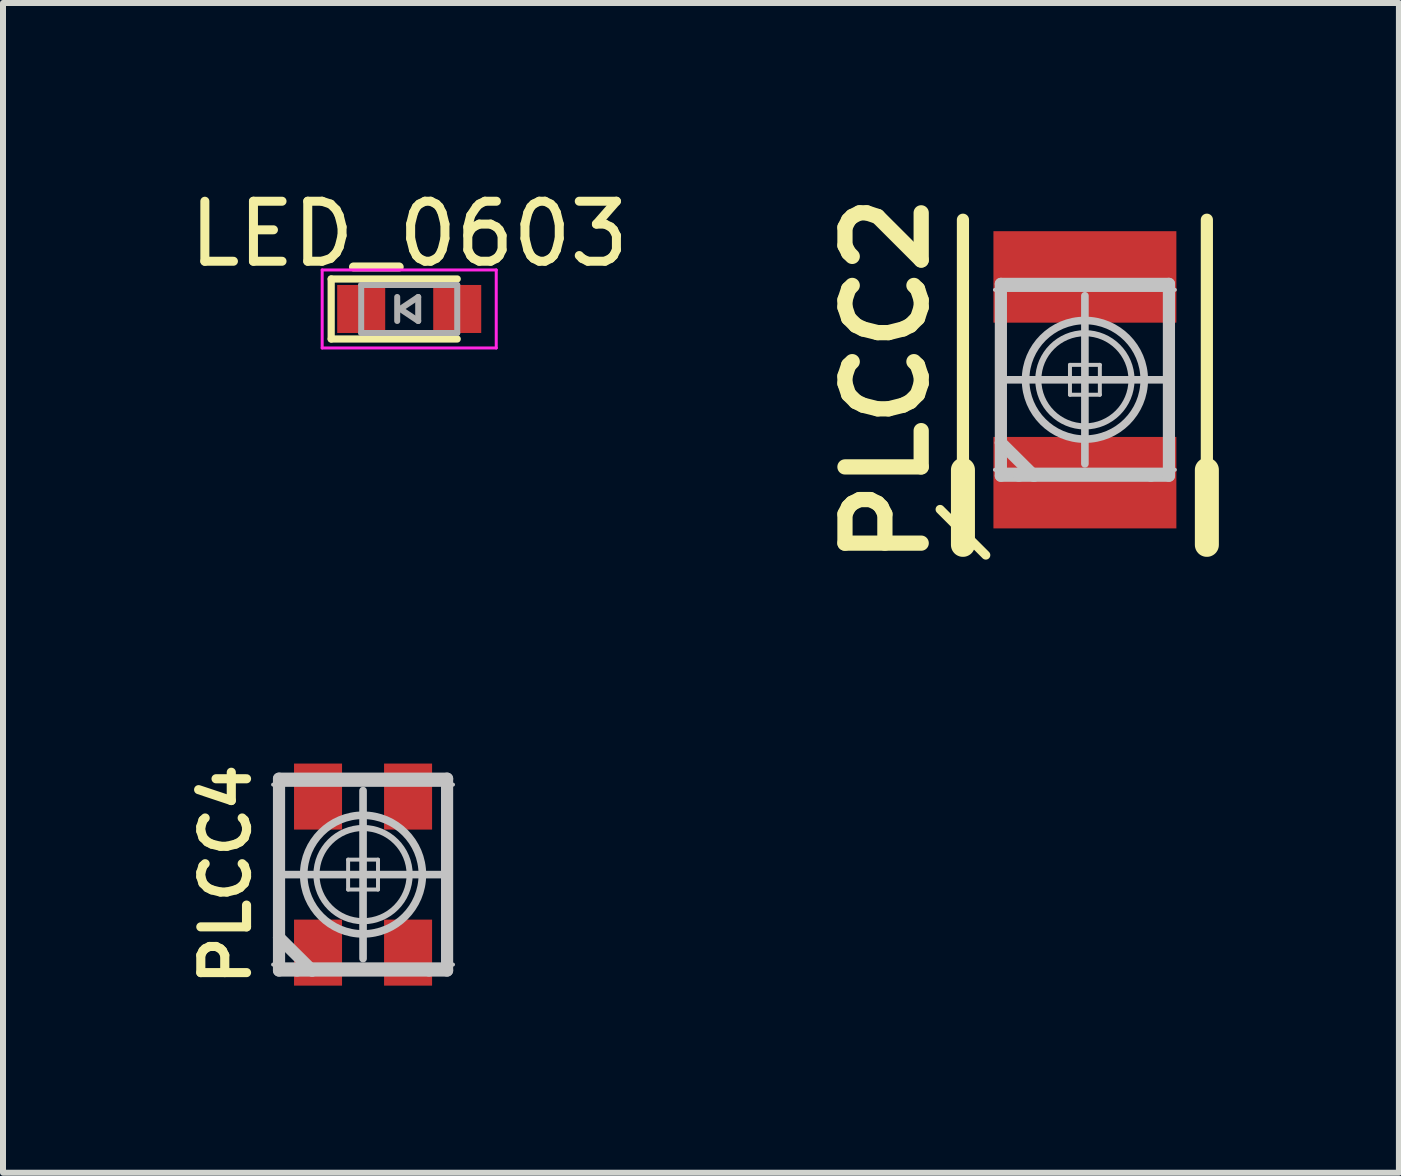
<source format=kicad_pcb>
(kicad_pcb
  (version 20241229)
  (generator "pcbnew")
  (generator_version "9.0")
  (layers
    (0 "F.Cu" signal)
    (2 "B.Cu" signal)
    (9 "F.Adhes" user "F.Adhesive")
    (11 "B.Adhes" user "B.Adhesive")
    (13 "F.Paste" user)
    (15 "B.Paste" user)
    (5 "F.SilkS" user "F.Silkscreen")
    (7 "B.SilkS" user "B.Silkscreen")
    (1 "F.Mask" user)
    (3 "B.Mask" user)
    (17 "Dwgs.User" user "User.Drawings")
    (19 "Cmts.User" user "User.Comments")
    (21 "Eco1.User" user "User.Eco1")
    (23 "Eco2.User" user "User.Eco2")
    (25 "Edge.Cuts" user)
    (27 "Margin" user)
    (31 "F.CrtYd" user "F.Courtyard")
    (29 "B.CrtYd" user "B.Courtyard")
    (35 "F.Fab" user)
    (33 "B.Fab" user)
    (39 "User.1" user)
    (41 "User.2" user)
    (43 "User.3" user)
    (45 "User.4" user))
  (footprint "PLCC2"
    (layer "F.Cu")
    (at 15.026 3.278)
    (property "Reference" "PLCC2" (at -3.302 0 90) (layer "F.SilkS") (effects (font (size 1.27 1.27) (thickness 0.254))))
    (attr smd)
    (fp_line (start -2.413 2.159) (end -1.651 2.921) (stroke (width 0.15) (type solid)) (layer "F.SilkS"))
    (fp_line (start -2.032 -2.667) (end -2.032 2.413) (stroke (width 0.203) (type solid)) (layer "F.SilkS"))
    (fp_line (start -2.032 1.5) (end -2.032 2.75) (stroke (width 0.4) (type solid)) (layer "F.SilkS"))
    (fp_line (start 2.032 -2.667) (end 2.032 2.413) (stroke (width 0.203) (type solid)) (layer "F.SilkS"))
    (fp_line (start 2.032 2.75) (end 2.032 1.5) (stroke (width 0.4) (type solid)) (layer "F.SilkS"))
    (fp_line (start -1.499 -1.499) (end 1.499 -1.499) (stroke (width 0.066) (type solid)) (layer "Dwgs.User"))
    (fp_line (start -1.499 1.499) (end 1.499 1.499) (stroke (width 0.066) (type solid)) (layer "Dwgs.User"))
    (fp_line (start -1.4 -1.598) (end -1.4 1.049) (stroke (width 0.203) (type solid)) (layer "Dwgs.User"))
    (fp_line (start -1.4 0) (end 1.4 0) (stroke (width 0.127) (type solid)) (layer "Dwgs.User"))
    (fp_line (start -1.4 1.049) (end -1.4 1.598) (stroke (width 0.203) (type solid)) (layer "Dwgs.User"))
    (fp_line (start -1.4 1.598) (end -1.1 1.598) (stroke (width 0.203) (type solid)) (layer "Dwgs.User"))
    (fp_line (start -1.298 -1.499) (end 1.298 -1.499) (stroke (width 0.066) (type solid)) (layer "Dwgs.User"))
    (fp_line (start -1.298 1.499) (end 1.298 1.499) (stroke (width 0.066) (type solid)) (layer "Dwgs.User"))
    (fp_line (start -1.1 1.598) (end -0.848 1.598) (stroke (width 0.203) (type solid)) (layer "Dwgs.User"))
    (fp_line (start -0.848 1.598) (end -1.4 1.049) (stroke (width 0.203) (type solid)) (layer "Dwgs.User"))
    (fp_line (start -0.848 1.598) (end 1.1 1.598) (stroke (width 0.203) (type solid)) (layer "Dwgs.User"))
    (fp_line (start -0.249 -0.249) (end 0.249 -0.249) (stroke (width 0.066) (type solid)) (layer "Dwgs.User"))
    (fp_line (start -0.249 0.249) (end -0.249 -0.249) (stroke (width 0.066) (type solid)) (layer "Dwgs.User"))
    (fp_line (start -0.249 0.249) (end 0.249 0.249) (stroke (width 0.066) (type solid)) (layer "Dwgs.User"))
    (fp_line (start 0 1.4) (end 0 -1.4) (stroke (width 0.127) (type solid)) (layer "Dwgs.User"))
    (fp_line (start 0.249 0.249) (end 0.249 -0.249) (stroke (width 0.066) (type solid)) (layer "Dwgs.User"))
    (fp_line (start 1.1 1.598) (end 1.4 1.598) (stroke (width 0.203) (type solid)) (layer "Dwgs.User"))
    (fp_line (start 1.4 -1.598) (end -1.4 -1.598) (stroke (width 0.203) (type solid)) (layer "Dwgs.User"))
    (fp_line (start 1.4 1.598) (end 1.4 -1.598) (stroke (width 0.203) (type solid)) (layer "Dwgs.User"))
    (fp_circle (center 0 0) (end -0.699 0.699) (stroke (width 0.127) (type solid)) (fill no) (layer "Dwgs.User"))
    (fp_circle (center 0 0) (end -0.549 0.549) (stroke (width 0.102) (type solid)) (fill no) (layer "Dwgs.User"))
    (pad "A" smd rect (at 0 -1.714) (size 3.048 1.524) (layers "F.Cu" "F.Mask" "F.Paste"))
    (pad "K" smd rect (at 0 1.714) (size 3.048 1.524) (layers "F.Cu" "F.Mask" "F.Paste")))
  (footprint "PLCC4"
    (layer "F.Cu")
    (at 2.999 11.522)
    (property "Reference" "PLCC4" (at -2.286 0 90) (layer "F.SilkS") (effects (font (size 0.762 0.762) (thickness 0.152))))
    (attr smd)
    (fp_line (start -1.4 -1.6) (end -1.4 1.6) (stroke (width 0.152) (type solid)) (layer "F.SilkS"))
    (fp_line (start -1.4 1.6) (end 1.4 1.6) (stroke (width 0.152) (type solid)) (layer "F.SilkS"))
    (fp_line (start 1.4 -1.6) (end -1.4 -1.6) (stroke (width 0.152) (type solid)) (layer "F.SilkS"))
    (fp_line (start 1.4 1.6) (end 1.4 -1.6) (stroke (width 0.152) (type solid)) (layer "F.SilkS"))
    (fp_line (start -1.499 -1.499) (end 1.499 -1.499) (stroke (width 0.066) (type solid)) (layer "Dwgs.User"))
    (fp_line (start -1.499 1.499) (end 1.499 1.499) (stroke (width 0.066) (type solid)) (layer "Dwgs.User"))
    (fp_line (start -1.4 -1.598) (end -1.4 1.049) (stroke (width 0.203) (type solid)) (layer "Dwgs.User"))
    (fp_line (start -1.4 0) (end 1.4 0) (stroke (width 0.127) (type solid)) (layer "Dwgs.User"))
    (fp_line (start -1.4 1.049) (end -1.4 1.598) (stroke (width 0.203) (type solid)) (layer "Dwgs.User"))
    (fp_line (start -1.4 1.598) (end -1.1 1.598) (stroke (width 0.203) (type solid)) (layer "Dwgs.User"))
    (fp_line (start -1.298 -1.499) (end 1.298 -1.499) (stroke (width 0.066) (type solid)) (layer "Dwgs.User"))
    (fp_line (start -1.298 1.499) (end 1.298 1.499) (stroke (width 0.066) (type solid)) (layer "Dwgs.User"))
    (fp_line (start -1.1 1.598) (end -0.848 1.598) (stroke (width 0.203) (type solid)) (layer "Dwgs.User"))
    (fp_line (start -0.848 1.598) (end -1.4 1.049) (stroke (width 0.203) (type solid)) (layer "Dwgs.User"))
    (fp_line (start -0.848 1.598) (end 1.1 1.598) (stroke (width 0.203) (type solid)) (layer "Dwgs.User"))
    (fp_line (start -0.249 -0.249) (end 0.249 -0.249) (stroke (width 0.066) (type solid)) (layer "Dwgs.User"))
    (fp_line (start -0.249 0.249) (end -0.249 -0.249) (stroke (width 0.066) (type solid)) (layer "Dwgs.User"))
    (fp_line (start -0.249 0.249) (end 0.249 0.249) (stroke (width 0.066) (type solid)) (layer "Dwgs.User"))
    (fp_line (start 0 1.4) (end 0 -1.4) (stroke (width 0.127) (type solid)) (layer "Dwgs.User"))
    (fp_line (start 0.249 0.249) (end 0.249 -0.249) (stroke (width 0.066) (type solid)) (layer "Dwgs.User"))
    (fp_line (start 1.1 1.598) (end 1.4 1.598) (stroke (width 0.203) (type solid)) (layer "Dwgs.User"))
    (fp_line (start 1.4 -1.598) (end -1.4 -1.598) (stroke (width 0.203) (type solid)) (layer "Dwgs.User"))
    (fp_line (start 1.4 1.598) (end 1.4 -1.598) (stroke (width 0.203) (type solid)) (layer "Dwgs.User"))
    (fp_circle (center 0 0) (end -0.699 0.699) (stroke (width 0.127) (type solid)) (fill no) (layer "Dwgs.User"))
    (fp_circle (center 0 0) (end -0.549 0.549) (stroke (width 0.102) (type solid)) (fill no) (layer "Dwgs.User"))
    (pad "1" smd rect (at 0.75 -1.3) (size 0.8 1.1) (layers "F.Cu" "F.Mask" "F.Paste"))
    (pad "2" smd rect (at -0.75 1.3) (size 0.8 1.1) (layers "F.Cu" "F.Mask" "F.Paste"))
    (pad "A" smd rect (at -0.75 -1.3) (size 0.8 1.1) (layers "F.Cu" "F.Mask" "F.Paste"))
    (pad "K" smd rect (at 0.75 1.3) (size 0.8 1.1) (layers "F.Cu" "F.Mask" "F.Paste")))
  (footprint "LED_0603"
    (layer "F.Cu")
    (at 3.768 2.098)
    (property "Reference" "LED_0603" (at 0 -1.25 0) (layer "F.SilkS") (effects (font (size 1 1) (thickness 0.15))))
    (attr smd)
    (fp_line (start -1.3 -0.5) (end -1.3 0.5) (stroke (width 0.12) (type solid)) (layer "F.SilkS"))
    (fp_line (start -1.3 -0.5) (end 0.8 -0.5) (stroke (width 0.12) (type solid)) (layer "F.SilkS"))
    (fp_line (start -1.3 0.5) (end 0.8 0.5) (stroke (width 0.12) (type solid)) (layer "F.SilkS"))
    (fp_line (start -1.45 -0.65) (end 1.45 -0.65) (stroke (width 0.05) (type solid)) (layer "F.CrtYd"))
    (fp_line (start -1.45 0.65) (end -1.45 -0.65) (stroke (width 0.05) (type solid)) (layer "F.CrtYd"))
    (fp_line (start 1.45 -0.65) (end 1.45 0.65) (stroke (width 0.05) (type solid)) (layer "F.CrtYd"))
    (fp_line (start 1.45 0.65) (end -1.45 0.65) (stroke (width 0.05) (type solid)) (layer "F.CrtYd"))
    (fp_line (start -0.8 -0.4) (end 0.8 -0.4) (stroke (width 0.1) (type solid)) (layer "F.Fab"))
    (fp_line (start -0.8 0.4) (end -0.8 -0.4) (stroke (width 0.1) (type solid)) (layer "F.Fab"))
    (fp_line (start -0.2 -0.2) (end -0.2 0.2) (stroke (width 0.1) (type solid)) (layer "F.Fab"))
    (fp_line (start -0.15 0) (end 0.15 -0.2) (stroke (width 0.1) (type solid)) (layer "F.Fab"))
    (fp_line (start 0.15 -0.2) (end 0.15 0.2) (stroke (width 0.1) (type solid)) (layer "F.Fab"))
    (fp_line (start 0.15 0.2) (end -0.15 0) (stroke (width 0.1) (type solid)) (layer "F.Fab"))
    (fp_line (start 0.8 -0.4) (end 0.8 0.4) (stroke (width 0.1) (type solid)) (layer "F.Fab"))
    (fp_line (start 0.8 0.4) (end -0.8 0.4) (stroke (width 0.1) (type solid)) (layer "F.Fab"))
    (pad "1" smd rect (at -0.8 0 180) (size 0.8 0.8) (layers "F.Cu" "F.Mask" "F.Paste"))
    (pad "2" smd rect (at 0.8 0 180) (size 0.8 0.8) (layers "F.Cu" "F.Mask" "F.Paste")))
  (gr_rect
    (start -3 -3)
    (end 20.258 16.489)
    (stroke (width 0.1) (type default))
    (fill no)
    (layer "Edge.Cuts")))
</source>
